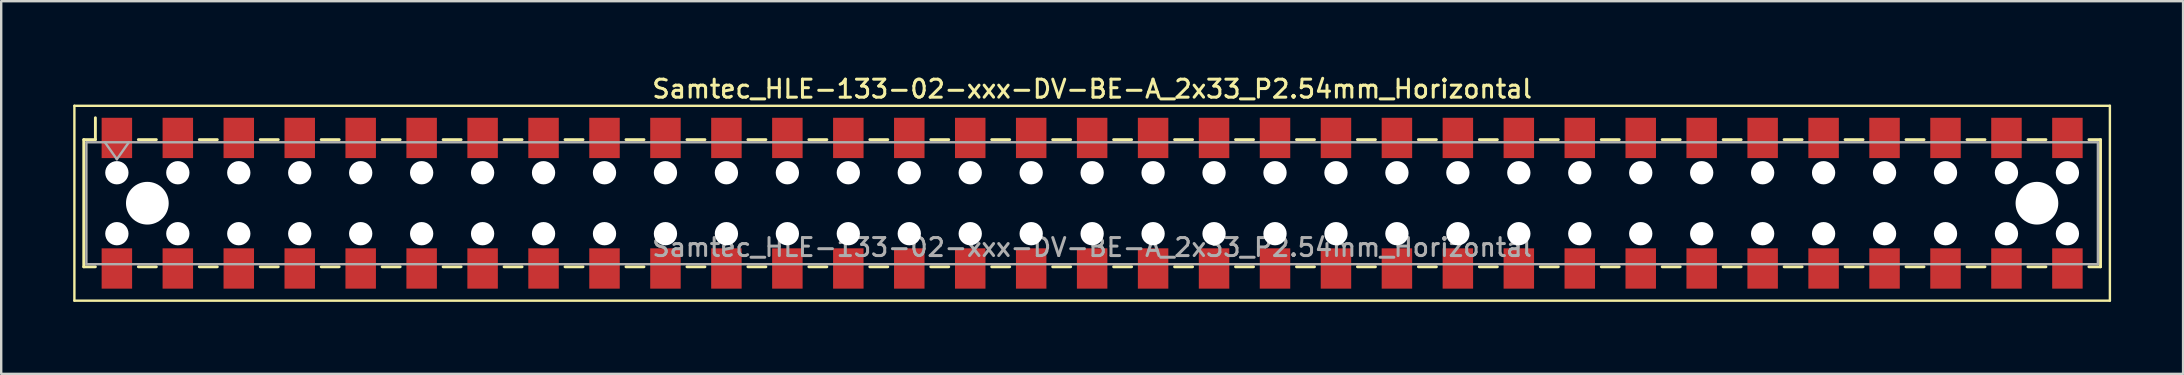
<source format=kicad_pcb>
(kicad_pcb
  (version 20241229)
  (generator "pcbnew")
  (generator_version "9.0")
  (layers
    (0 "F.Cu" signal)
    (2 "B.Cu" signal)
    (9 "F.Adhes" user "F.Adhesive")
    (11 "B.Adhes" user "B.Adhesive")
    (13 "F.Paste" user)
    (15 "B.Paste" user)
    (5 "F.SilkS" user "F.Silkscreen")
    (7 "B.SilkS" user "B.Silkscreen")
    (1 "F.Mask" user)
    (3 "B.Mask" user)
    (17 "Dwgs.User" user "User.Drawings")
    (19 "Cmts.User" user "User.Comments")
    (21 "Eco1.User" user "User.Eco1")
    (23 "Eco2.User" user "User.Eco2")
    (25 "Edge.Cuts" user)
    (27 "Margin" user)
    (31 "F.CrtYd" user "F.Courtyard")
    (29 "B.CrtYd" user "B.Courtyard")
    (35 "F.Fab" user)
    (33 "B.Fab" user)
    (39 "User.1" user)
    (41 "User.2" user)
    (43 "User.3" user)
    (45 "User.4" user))
  (footprint "Samtec_HLE-133-02-xxx-DV-BE-A_2x33_P2.54mm_Horizontal"
    (layer "F.Cu")
    (at 42.46 5.418)
    (property "Reference" "Samtec_HLE-133-02-xxx-DV-BE-A_2x33_P2.54mm_Horizontal" (at 0 -4.76 0) (layer "F.SilkS") (effects (font (size 0.75 0.75) (thickness 0.125))))
    (attr smd)
    (fp_line (start -42.41 -4.06) (end 42.41 -4.06) (stroke (width 0.1) (type solid)) (layer "F.SilkS"))
    (fp_line (start -42.41 4.06) (end -42.41 -4.06) (stroke (width 0.1) (type solid)) (layer "F.SilkS"))
    (fp_line (start -42.02 -2.65) (end -42.02 2.65) (stroke (width 0.12) (type solid)) (layer "F.SilkS"))
    (fp_line (start -42.02 2.65) (end -41.535 2.65) (stroke (width 0.12) (type solid)) (layer "F.SilkS"))
    (fp_line (start -41.535 -3.56) (end -41.535 -2.65) (stroke (width 0.12) (type solid)) (layer "F.SilkS"))
    (fp_line (start -41.535 -2.65) (end -42.02 -2.65) (stroke (width 0.12) (type solid)) (layer "F.SilkS"))
    (fp_line (start -39.745 -2.65) (end -38.995 -2.65) (stroke (width 0.12) (type solid)) (layer "F.SilkS"))
    (fp_line (start -39.745 2.65) (end -38.995 2.65) (stroke (width 0.12) (type solid)) (layer "F.SilkS"))
    (fp_line (start -37.205 -2.65) (end -36.455 -2.65) (stroke (width 0.12) (type solid)) (layer "F.SilkS"))
    (fp_line (start -37.205 2.65) (end -36.455 2.65) (stroke (width 0.12) (type solid)) (layer "F.SilkS"))
    (fp_line (start -34.665 -2.65) (end -33.915 -2.65) (stroke (width 0.12) (type solid)) (layer "F.SilkS"))
    (fp_line (start -34.665 2.65) (end -33.915 2.65) (stroke (width 0.12) (type solid)) (layer "F.SilkS"))
    (fp_line (start -32.125 -2.65) (end -31.375 -2.65) (stroke (width 0.12) (type solid)) (layer "F.SilkS"))
    (fp_line (start -32.125 2.65) (end -31.375 2.65) (stroke (width 0.12) (type solid)) (layer "F.SilkS"))
    (fp_line (start -29.585 -2.65) (end -28.835 -2.65) (stroke (width 0.12) (type solid)) (layer "F.SilkS"))
    (fp_line (start -29.585 2.65) (end -28.835 2.65) (stroke (width 0.12) (type solid)) (layer "F.SilkS"))
    (fp_line (start -27.045 -2.65) (end -26.295 -2.65) (stroke (width 0.12) (type solid)) (layer "F.SilkS"))
    (fp_line (start -27.045 2.65) (end -26.295 2.65) (stroke (width 0.12) (type solid)) (layer "F.SilkS"))
    (fp_line (start -24.505 -2.65) (end -23.755 -2.65) (stroke (width 0.12) (type solid)) (layer "F.SilkS"))
    (fp_line (start -24.505 2.65) (end -23.755 2.65) (stroke (width 0.12) (type solid)) (layer "F.SilkS"))
    (fp_line (start -21.965 -2.65) (end -21.215 -2.65) (stroke (width 0.12) (type solid)) (layer "F.SilkS"))
    (fp_line (start -21.965 2.65) (end -21.215 2.65) (stroke (width 0.12) (type solid)) (layer "F.SilkS"))
    (fp_line (start -19.425 -2.65) (end -18.675 -2.65) (stroke (width 0.12) (type solid)) (layer "F.SilkS"))
    (fp_line (start -19.425 2.65) (end -18.675 2.65) (stroke (width 0.12) (type solid)) (layer "F.SilkS"))
    (fp_line (start -16.885 -2.65) (end -16.135 -2.65) (stroke (width 0.12) (type solid)) (layer "F.SilkS"))
    (fp_line (start -16.885 2.65) (end -16.135 2.65) (stroke (width 0.12) (type solid)) (layer "F.SilkS"))
    (fp_line (start -14.345 -2.65) (end -13.595 -2.65) (stroke (width 0.12) (type solid)) (layer "F.SilkS"))
    (fp_line (start -14.345 2.65) (end -13.595 2.65) (stroke (width 0.12) (type solid)) (layer "F.SilkS"))
    (fp_line (start -11.805 -2.65) (end -11.055 -2.65) (stroke (width 0.12) (type solid)) (layer "F.SilkS"))
    (fp_line (start -11.805 2.65) (end -11.055 2.65) (stroke (width 0.12) (type solid)) (layer "F.SilkS"))
    (fp_line (start -9.265 -2.65) (end -8.515 -2.65) (stroke (width 0.12) (type solid)) (layer "F.SilkS"))
    (fp_line (start -9.265 2.65) (end -8.515 2.65) (stroke (width 0.12) (type solid)) (layer "F.SilkS"))
    (fp_line (start -6.725 -2.65) (end -5.975 -2.65) (stroke (width 0.12) (type solid)) (layer "F.SilkS"))
    (fp_line (start -6.725 2.65) (end -5.975 2.65) (stroke (width 0.12) (type solid)) (layer "F.SilkS"))
    (fp_line (start -4.185 -2.65) (end -3.435 -2.65) (stroke (width 0.12) (type solid)) (layer "F.SilkS"))
    (fp_line (start -4.185 2.65) (end -3.435 2.65) (stroke (width 0.12) (type solid)) (layer "F.SilkS"))
    (fp_line (start -1.645 -2.65) (end -0.895 -2.65) (stroke (width 0.12) (type solid)) (layer "F.SilkS"))
    (fp_line (start -1.645 2.65) (end -0.895 2.65) (stroke (width 0.12) (type solid)) (layer "F.SilkS"))
    (fp_line (start 0.895 -2.65) (end 1.645 -2.65) (stroke (width 0.12) (type solid)) (layer "F.SilkS"))
    (fp_line (start 0.895 2.65) (end 1.645 2.65) (stroke (width 0.12) (type solid)) (layer "F.SilkS"))
    (fp_line (start 3.435 -2.65) (end 4.185 -2.65) (stroke (width 0.12) (type solid)) (layer "F.SilkS"))
    (fp_line (start 3.435 2.65) (end 4.185 2.65) (stroke (width 0.12) (type solid)) (layer "F.SilkS"))
    (fp_line (start 5.975 -2.65) (end 6.725 -2.65) (stroke (width 0.12) (type solid)) (layer "F.SilkS"))
    (fp_line (start 5.975 2.65) (end 6.725 2.65) (stroke (width 0.12) (type solid)) (layer "F.SilkS"))
    (fp_line (start 8.515 -2.65) (end 9.265 -2.65) (stroke (width 0.12) (type solid)) (layer "F.SilkS"))
    (fp_line (start 8.515 2.65) (end 9.265 2.65) (stroke (width 0.12) (type solid)) (layer "F.SilkS"))
    (fp_line (start 11.055 -2.65) (end 11.805 -2.65) (stroke (width 0.12) (type solid)) (layer "F.SilkS"))
    (fp_line (start 11.055 2.65) (end 11.805 2.65) (stroke (width 0.12) (type solid)) (layer "F.SilkS"))
    (fp_line (start 13.595 -2.65) (end 14.345 -2.65) (stroke (width 0.12) (type solid)) (layer "F.SilkS"))
    (fp_line (start 13.595 2.65) (end 14.345 2.65) (stroke (width 0.12) (type solid)) (layer "F.SilkS"))
    (fp_line (start 16.135 -2.65) (end 16.885 -2.65) (stroke (width 0.12) (type solid)) (layer "F.SilkS"))
    (fp_line (start 16.135 2.65) (end 16.885 2.65) (stroke (width 0.12) (type solid)) (layer "F.SilkS"))
    (fp_line (start 18.675 -2.65) (end 19.425 -2.65) (stroke (width 0.12) (type solid)) (layer "F.SilkS"))
    (fp_line (start 18.675 2.65) (end 19.425 2.65) (stroke (width 0.12) (type solid)) (layer "F.SilkS"))
    (fp_line (start 21.215 -2.65) (end 21.965 -2.65) (stroke (width 0.12) (type solid)) (layer "F.SilkS"))
    (fp_line (start 21.215 2.65) (end 21.965 2.65) (stroke (width 0.12) (type solid)) (layer "F.SilkS"))
    (fp_line (start 23.755 -2.65) (end 24.505 -2.65) (stroke (width 0.12) (type solid)) (layer "F.SilkS"))
    (fp_line (start 23.755 2.65) (end 24.505 2.65) (stroke (width 0.12) (type solid)) (layer "F.SilkS"))
    (fp_line (start 26.295 -2.65) (end 27.045 -2.65) (stroke (width 0.12) (type solid)) (layer "F.SilkS"))
    (fp_line (start 26.295 2.65) (end 27.045 2.65) (stroke (width 0.12) (type solid)) (layer "F.SilkS"))
    (fp_line (start 28.835 -2.65) (end 29.585 -2.65) (stroke (width 0.12) (type solid)) (layer "F.SilkS"))
    (fp_line (start 28.835 2.65) (end 29.585 2.65) (stroke (width 0.12) (type solid)) (layer "F.SilkS"))
    (fp_line (start 31.375 -2.65) (end 32.125 -2.65) (stroke (width 0.12) (type solid)) (layer "F.SilkS"))
    (fp_line (start 31.375 2.65) (end 32.125 2.65) (stroke (width 0.12) (type solid)) (layer "F.SilkS"))
    (fp_line (start 33.915 -2.65) (end 34.665 -2.65) (stroke (width 0.12) (type solid)) (layer "F.SilkS"))
    (fp_line (start 33.915 2.65) (end 34.665 2.65) (stroke (width 0.12) (type solid)) (layer "F.SilkS"))
    (fp_line (start 36.455 -2.65) (end 37.205 -2.65) (stroke (width 0.12) (type solid)) (layer "F.SilkS"))
    (fp_line (start 36.455 2.65) (end 37.205 2.65) (stroke (width 0.12) (type solid)) (layer "F.SilkS"))
    (fp_line (start 38.995 -2.65) (end 39.745 -2.65) (stroke (width 0.12) (type solid)) (layer "F.SilkS"))
    (fp_line (start 38.995 2.65) (end 39.745 2.65) (stroke (width 0.12) (type solid)) (layer "F.SilkS"))
    (fp_line (start 41.535 -2.65) (end 42.02 -2.65) (stroke (width 0.12) (type solid)) (layer "F.SilkS"))
    (fp_line (start 42.02 -2.65) (end 42.02 2.65) (stroke (width 0.12) (type solid)) (layer "F.SilkS"))
    (fp_line (start 42.02 2.65) (end 41.535 2.65) (stroke (width 0.12) (type solid)) (layer "F.SilkS"))
    (fp_line (start 42.41 -4.06) (end 42.41 4.06) (stroke (width 0.1) (type solid)) (layer "F.SilkS"))
    (fp_line (start 42.41 4.06) (end -42.41 4.06) (stroke (width 0.1) (type solid)) (layer "F.SilkS"))
    (fp_line (start -41.91 -2.54) (end 41.91 -2.54) (stroke (width 0.1) (type solid)) (layer "F.Fab"))
    (fp_line (start -41.91 2.54) (end -41.91 -2.54) (stroke (width 0.1) (type solid)) (layer "F.Fab"))
    (fp_line (start -41.14 -2.54) (end -40.64 -1.833) (stroke (width 0.1) (type solid)) (layer "F.Fab"))
    (fp_line (start -40.64 -1.833) (end -40.14 -2.54) (stroke (width 0.1) (type solid)) (layer "F.Fab"))
    (fp_line (start 41.91 -2.54) (end 41.91 2.54) (stroke (width 0.1) (type solid)) (layer "F.Fab"))
    (fp_line (start 41.91 2.54) (end -41.91 2.54) (stroke (width 0.1) (type solid)) (layer "F.Fab"))
    (fp_text user "${REFERENCE}" (at 0 1.84 0) (layer "F.Fab") (effects (font (size 0.75 0.75) (thickness 0.125))))
    (pad "" np_thru_hole circle (at -40.64 -1.27) (size 0.97 0.97) (drill 0.97) (layers "*.Cu" "*.Mask"))
    (pad "" np_thru_hole circle (at -40.64 1.27) (size 0.97 0.97) (drill 0.97) (layers "*.Cu" "*.Mask"))
    (pad "" np_thru_hole circle (at -39.37 0) (size 1.78 1.78) (drill 1.78) (layers "*.Cu" "*.Mask"))
    (pad "" np_thru_hole circle (at -38.1 -1.27) (size 0.97 0.97) (drill 0.97) (layers "*.Cu" "*.Mask"))
    (pad "" np_thru_hole circle (at -38.1 1.27) (size 0.97 0.97) (drill 0.97) (layers "*.Cu" "*.Mask"))
    (pad "" np_thru_hole circle (at -35.56 -1.27) (size 0.97 0.97) (drill 0.97) (layers "*.Cu" "*.Mask"))
    (pad "" np_thru_hole circle (at -35.56 1.27) (size 0.97 0.97) (drill 0.97) (layers "*.Cu" "*.Mask"))
    (pad "" np_thru_hole circle (at -33.02 -1.27) (size 0.97 0.97) (drill 0.97) (layers "*.Cu" "*.Mask"))
    (pad "" np_thru_hole circle (at -33.02 1.27) (size 0.97 0.97) (drill 0.97) (layers "*.Cu" "*.Mask"))
    (pad "" np_thru_hole circle (at -30.48 -1.27) (size 0.97 0.97) (drill 0.97) (layers "*.Cu" "*.Mask"))
    (pad "" np_thru_hole circle (at -30.48 1.27) (size 0.97 0.97) (drill 0.97) (layers "*.Cu" "*.Mask"))
    (pad "" np_thru_hole circle (at -27.94 -1.27) (size 0.97 0.97) (drill 0.97) (layers "*.Cu" "*.Mask"))
    (pad "" np_thru_hole circle (at -27.94 1.27) (size 0.97 0.97) (drill 0.97) (layers "*.Cu" "*.Mask"))
    (pad "" np_thru_hole circle (at -25.4 -1.27) (size 0.97 0.97) (drill 0.97) (layers "*.Cu" "*.Mask"))
    (pad "" np_thru_hole circle (at -25.4 1.27) (size 0.97 0.97) (drill 0.97) (layers "*.Cu" "*.Mask"))
    (pad "" np_thru_hole circle (at -22.86 -1.27) (size 0.97 0.97) (drill 0.97) (layers "*.Cu" "*.Mask"))
    (pad "" np_thru_hole circle (at -22.86 1.27) (size 0.97 0.97) (drill 0.97) (layers "*.Cu" "*.Mask"))
    (pad "" np_thru_hole circle (at -20.32 -1.27) (size 0.97 0.97) (drill 0.97) (layers "*.Cu" "*.Mask"))
    (pad "" np_thru_hole circle (at -20.32 1.27) (size 0.97 0.97) (drill 0.97) (layers "*.Cu" "*.Mask"))
    (pad "" np_thru_hole circle (at -17.78 -1.27) (size 0.97 0.97) (drill 0.97) (layers "*.Cu" "*.Mask"))
    (pad "" np_thru_hole circle (at -17.78 1.27) (size 0.97 0.97) (drill 0.97) (layers "*.Cu" "*.Mask"))
    (pad "" np_thru_hole circle (at -15.24 -1.27) (size 0.97 0.97) (drill 0.97) (layers "*.Cu" "*.Mask"))
    (pad "" np_thru_hole circle (at -15.24 1.27) (size 0.97 0.97) (drill 0.97) (layers "*.Cu" "*.Mask"))
    (pad "" np_thru_hole circle (at -12.7 -1.27) (size 0.97 0.97) (drill 0.97) (layers "*.Cu" "*.Mask"))
    (pad "" np_thru_hole circle (at -12.7 1.27) (size 0.97 0.97) (drill 0.97) (layers "*.Cu" "*.Mask"))
    (pad "" np_thru_hole circle (at -10.16 -1.27) (size 0.97 0.97) (drill 0.97) (layers "*.Cu" "*.Mask"))
    (pad "" np_thru_hole circle (at -10.16 1.27) (size 0.97 0.97) (drill 0.97) (layers "*.Cu" "*.Mask"))
    (pad "" np_thru_hole circle (at -7.62 -1.27) (size 0.97 0.97) (drill 0.97) (layers "*.Cu" "*.Mask"))
    (pad "" np_thru_hole circle (at -7.62 1.27) (size 0.97 0.97) (drill 0.97) (layers "*.Cu" "*.Mask"))
    (pad "" np_thru_hole circle (at -5.08 -1.27) (size 0.97 0.97) (drill 0.97) (layers "*.Cu" "*.Mask"))
    (pad "" np_thru_hole circle (at -5.08 1.27) (size 0.97 0.97) (drill 0.97) (layers "*.Cu" "*.Mask"))
    (pad "" np_thru_hole circle (at -2.54 -1.27) (size 0.97 0.97) (drill 0.97) (layers "*.Cu" "*.Mask"))
    (pad "" np_thru_hole circle (at -2.54 1.27) (size 0.97 0.97) (drill 0.97) (layers "*.Cu" "*.Mask"))
    (pad "" np_thru_hole circle (at 0 -1.27) (size 0.97 0.97) (drill 0.97) (layers "*.Cu" "*.Mask"))
    (pad "" np_thru_hole circle (at 0 1.27) (size 0.97 0.97) (drill 0.97) (layers "*.Cu" "*.Mask"))
    (pad "" np_thru_hole circle (at 2.54 -1.27) (size 0.97 0.97) (drill 0.97) (layers "*.Cu" "*.Mask"))
    (pad "" np_thru_hole circle (at 2.54 1.27) (size 0.97 0.97) (drill 0.97) (layers "*.Cu" "*.Mask"))
    (pad "" np_thru_hole circle (at 5.08 -1.27) (size 0.97 0.97) (drill 0.97) (layers "*.Cu" "*.Mask"))
    (pad "" np_thru_hole circle (at 5.08 1.27) (size 0.97 0.97) (drill 0.97) (layers "*.Cu" "*.Mask"))
    (pad "" np_thru_hole circle (at 7.62 -1.27) (size 0.97 0.97) (drill 0.97) (layers "*.Cu" "*.Mask"))
    (pad "" np_thru_hole circle (at 7.62 1.27) (size 0.97 0.97) (drill 0.97) (layers "*.Cu" "*.Mask"))
    (pad "" np_thru_hole circle (at 10.16 -1.27) (size 0.97 0.97) (drill 0.97) (layers "*.Cu" "*.Mask"))
    (pad "" np_thru_hole circle (at 10.16 1.27) (size 0.97 0.97) (drill 0.97) (layers "*.Cu" "*.Mask"))
    (pad "" np_thru_hole circle (at 12.7 -1.27) (size 0.97 0.97) (drill 0.97) (layers "*.Cu" "*.Mask"))
    (pad "" np_thru_hole circle (at 12.7 1.27) (size 0.97 0.97) (drill 0.97) (layers "*.Cu" "*.Mask"))
    (pad "" np_thru_hole circle (at 15.24 -1.27) (size 0.97 0.97) (drill 0.97) (layers "*.Cu" "*.Mask"))
    (pad "" np_thru_hole circle (at 15.24 1.27) (size 0.97 0.97) (drill 0.97) (layers "*.Cu" "*.Mask"))
    (pad "" np_thru_hole circle (at 17.78 -1.27) (size 0.97 0.97) (drill 0.97) (layers "*.Cu" "*.Mask"))
    (pad "" np_thru_hole circle (at 17.78 1.27) (size 0.97 0.97) (drill 0.97) (layers "*.Cu" "*.Mask"))
    (pad "" np_thru_hole circle (at 20.32 -1.27) (size 0.97 0.97) (drill 0.97) (layers "*.Cu" "*.Mask"))
    (pad "" np_thru_hole circle (at 20.32 1.27) (size 0.97 0.97) (drill 0.97) (layers "*.Cu" "*.Mask"))
    (pad "" np_thru_hole circle (at 22.86 -1.27) (size 0.97 0.97) (drill 0.97) (layers "*.Cu" "*.Mask"))
    (pad "" np_thru_hole circle (at 22.86 1.27) (size 0.97 0.97) (drill 0.97) (layers "*.Cu" "*.Mask"))
    (pad "" np_thru_hole circle (at 25.4 -1.27) (size 0.97 0.97) (drill 0.97) (layers "*.Cu" "*.Mask"))
    (pad "" np_thru_hole circle (at 25.4 1.27) (size 0.97 0.97) (drill 0.97) (layers "*.Cu" "*.Mask"))
    (pad "" np_thru_hole circle (at 27.94 -1.27) (size 0.97 0.97) (drill 0.97) (layers "*.Cu" "*.Mask"))
    (pad "" np_thru_hole circle (at 27.94 1.27) (size 0.97 0.97) (drill 0.97) (layers "*.Cu" "*.Mask"))
    (pad "" np_thru_hole circle (at 30.48 -1.27) (size 0.97 0.97) (drill 0.97) (layers "*.Cu" "*.Mask"))
    (pad "" np_thru_hole circle (at 30.48 1.27) (size 0.97 0.97) (drill 0.97) (layers "*.Cu" "*.Mask"))
    (pad "" np_thru_hole circle (at 33.02 -1.27) (size 0.97 0.97) (drill 0.97) (layers "*.Cu" "*.Mask"))
    (pad "" np_thru_hole circle (at 33.02 1.27) (size 0.97 0.97) (drill 0.97) (layers "*.Cu" "*.Mask"))
    (pad "" np_thru_hole circle (at 35.56 -1.27) (size 0.97 0.97) (drill 0.97) (layers "*.Cu" "*.Mask"))
    (pad "" np_thru_hole circle (at 35.56 1.27) (size 0.97 0.97) (drill 0.97) (layers "*.Cu" "*.Mask"))
    (pad "" np_thru_hole circle (at 38.1 -1.27) (size 0.97 0.97) (drill 0.97) (layers "*.Cu" "*.Mask"))
    (pad "" np_thru_hole circle (at 38.1 1.27) (size 0.97 0.97) (drill 0.97) (layers "*.Cu" "*.Mask"))
    (pad "" np_thru_hole circle (at 39.37 0) (size 1.78 1.78) (drill 1.78) (layers "*.Cu" "*.Mask"))
    (pad "" np_thru_hole circle (at 40.64 -1.27) (size 0.97 0.97) (drill 0.97) (layers "*.Cu" "*.Mask"))
    (pad "" np_thru_hole circle (at 40.64 1.27) (size 0.97 0.97) (drill 0.97) (layers "*.Cu" "*.Mask"))
    (pad "1" smd rect (at -40.64 -2.72) (size 1.27 1.68) (layers "F.Cu" "F.Mask" "F.Paste"))
    (pad "2" smd rect (at -40.64 2.72) (size 1.27 1.68) (layers "F.Cu" "F.Mask" "F.Paste"))
    (pad "3" smd rect (at -38.1 -2.72) (size 1.27 1.68) (layers "F.Cu" "F.Mask" "F.Paste"))
    (pad "4" smd rect (at -38.1 2.72) (size 1.27 1.68) (layers "F.Cu" "F.Mask" "F.Paste"))
    (pad "5" smd rect (at -35.56 -2.72) (size 1.27 1.68) (layers "F.Cu" "F.Mask" "F.Paste"))
    (pad "6" smd rect (at -35.56 2.72) (size 1.27 1.68) (layers "F.Cu" "F.Mask" "F.Paste"))
    (pad "7" smd rect (at -33.02 -2.72) (size 1.27 1.68) (layers "F.Cu" "F.Mask" "F.Paste"))
    (pad "8" smd rect (at -33.02 2.72) (size 1.27 1.68) (layers "F.Cu" "F.Mask" "F.Paste"))
    (pad "9" smd rect (at -30.48 -2.72) (size 1.27 1.68) (layers "F.Cu" "F.Mask" "F.Paste"))
    (pad "10" smd rect (at -30.48 2.72) (size 1.27 1.68) (layers "F.Cu" "F.Mask" "F.Paste"))
    (pad "11" smd rect (at -27.94 -2.72) (size 1.27 1.68) (layers "F.Cu" "F.Mask" "F.Paste"))
    (pad "12" smd rect (at -27.94 2.72) (size 1.27 1.68) (layers "F.Cu" "F.Mask" "F.Paste"))
    (pad "13" smd rect (at -25.4 -2.72) (size 1.27 1.68) (layers "F.Cu" "F.Mask" "F.Paste"))
    (pad "14" smd rect (at -25.4 2.72) (size 1.27 1.68) (layers "F.Cu" "F.Mask" "F.Paste"))
    (pad "15" smd rect (at -22.86 -2.72) (size 1.27 1.68) (layers "F.Cu" "F.Mask" "F.Paste"))
    (pad "16" smd rect (at -22.86 2.72) (size 1.27 1.68) (layers "F.Cu" "F.Mask" "F.Paste"))
    (pad "17" smd rect (at -20.32 -2.72) (size 1.27 1.68) (layers "F.Cu" "F.Mask" "F.Paste"))
    (pad "18" smd rect (at -20.32 2.72) (size 1.27 1.68) (layers "F.Cu" "F.Mask" "F.Paste"))
    (pad "19" smd rect (at -17.78 -2.72) (size 1.27 1.68) (layers "F.Cu" "F.Mask" "F.Paste"))
    (pad "20" smd rect (at -17.78 2.72) (size 1.27 1.68) (layers "F.Cu" "F.Mask" "F.Paste"))
    (pad "21" smd rect (at -15.24 -2.72) (size 1.27 1.68) (layers "F.Cu" "F.Mask" "F.Paste"))
    (pad "22" smd rect (at -15.24 2.72) (size 1.27 1.68) (layers "F.Cu" "F.Mask" "F.Paste"))
    (pad "23" smd rect (at -12.7 -2.72) (size 1.27 1.68) (layers "F.Cu" "F.Mask" "F.Paste"))
    (pad "24" smd rect (at -12.7 2.72) (size 1.27 1.68) (layers "F.Cu" "F.Mask" "F.Paste"))
    (pad "25" smd rect (at -10.16 -2.72) (size 1.27 1.68) (layers "F.Cu" "F.Mask" "F.Paste"))
    (pad "26" smd rect (at -10.16 2.72) (size 1.27 1.68) (layers "F.Cu" "F.Mask" "F.Paste"))
    (pad "27" smd rect (at -7.62 -2.72) (size 1.27 1.68) (layers "F.Cu" "F.Mask" "F.Paste"))
    (pad "28" smd rect (at -7.62 2.72) (size 1.27 1.68) (layers "F.Cu" "F.Mask" "F.Paste"))
    (pad "29" smd rect (at -5.08 -2.72) (size 1.27 1.68) (layers "F.Cu" "F.Mask" "F.Paste"))
    (pad "30" smd rect (at -5.08 2.72) (size 1.27 1.68) (layers "F.Cu" "F.Mask" "F.Paste"))
    (pad "31" smd rect (at -2.54 -2.72) (size 1.27 1.68) (layers "F.Cu" "F.Mask" "F.Paste"))
    (pad "32" smd rect (at -2.54 2.72) (size 1.27 1.68) (layers "F.Cu" "F.Mask" "F.Paste"))
    (pad "33" smd rect (at 0 -2.72) (size 1.27 1.68) (layers "F.Cu" "F.Mask" "F.Paste"))
    (pad "34" smd rect (at 0 2.72) (size 1.27 1.68) (layers "F.Cu" "F.Mask" "F.Paste"))
    (pad "35" smd rect (at 2.54 -2.72) (size 1.27 1.68) (layers "F.Cu" "F.Mask" "F.Paste"))
    (pad "36" smd rect (at 2.54 2.72) (size 1.27 1.68) (layers "F.Cu" "F.Mask" "F.Paste"))
    (pad "37" smd rect (at 5.08 -2.72) (size 1.27 1.68) (layers "F.Cu" "F.Mask" "F.Paste"))
    (pad "38" smd rect (at 5.08 2.72) (size 1.27 1.68) (layers "F.Cu" "F.Mask" "F.Paste"))
    (pad "39" smd rect (at 7.62 -2.72) (size 1.27 1.68) (layers "F.Cu" "F.Mask" "F.Paste"))
    (pad "40" smd rect (at 7.62 2.72) (size 1.27 1.68) (layers "F.Cu" "F.Mask" "F.Paste"))
    (pad "41" smd rect (at 10.16 -2.72) (size 1.27 1.68) (layers "F.Cu" "F.Mask" "F.Paste"))
    (pad "42" smd rect (at 10.16 2.72) (size 1.27 1.68) (layers "F.Cu" "F.Mask" "F.Paste"))
    (pad "43" smd rect (at 12.7 -2.72) (size 1.27 1.68) (layers "F.Cu" "F.Mask" "F.Paste"))
    (pad "44" smd rect (at 12.7 2.72) (size 1.27 1.68) (layers "F.Cu" "F.Mask" "F.Paste"))
    (pad "45" smd rect (at 15.24 -2.72) (size 1.27 1.68) (layers "F.Cu" "F.Mask" "F.Paste"))
    (pad "46" smd rect (at 15.24 2.72) (size 1.27 1.68) (layers "F.Cu" "F.Mask" "F.Paste"))
    (pad "47" smd rect (at 17.78 -2.72) (size 1.27 1.68) (layers "F.Cu" "F.Mask" "F.Paste"))
    (pad "48" smd rect (at 17.78 2.72) (size 1.27 1.68) (layers "F.Cu" "F.Mask" "F.Paste"))
    (pad "49" smd rect (at 20.32 -2.72) (size 1.27 1.68) (layers "F.Cu" "F.Mask" "F.Paste"))
    (pad "50" smd rect (at 20.32 2.72) (size 1.27 1.68) (layers "F.Cu" "F.Mask" "F.Paste"))
    (pad "51" smd rect (at 22.86 -2.72) (size 1.27 1.68) (layers "F.Cu" "F.Mask" "F.Paste"))
    (pad "52" smd rect (at 22.86 2.72) (size 1.27 1.68) (layers "F.Cu" "F.Mask" "F.Paste"))
    (pad "53" smd rect (at 25.4 -2.72) (size 1.27 1.68) (layers "F.Cu" "F.Mask" "F.Paste"))
    (pad "54" smd rect (at 25.4 2.72) (size 1.27 1.68) (layers "F.Cu" "F.Mask" "F.Paste"))
    (pad "55" smd rect (at 27.94 -2.72) (size 1.27 1.68) (layers "F.Cu" "F.Mask" "F.Paste"))
    (pad "56" smd rect (at 27.94 2.72) (size 1.27 1.68) (layers "F.Cu" "F.Mask" "F.Paste"))
    (pad "57" smd rect (at 30.48 -2.72) (size 1.27 1.68) (layers "F.Cu" "F.Mask" "F.Paste"))
    (pad "58" smd rect (at 30.48 2.72) (size 1.27 1.68) (layers "F.Cu" "F.Mask" "F.Paste"))
    (pad "59" smd rect (at 33.02 -2.72) (size 1.27 1.68) (layers "F.Cu" "F.Mask" "F.Paste"))
    (pad "60" smd rect (at 33.02 2.72) (size 1.27 1.68) (layers "F.Cu" "F.Mask" "F.Paste"))
    (pad "61" smd rect (at 35.56 -2.72) (size 1.27 1.68) (layers "F.Cu" "F.Mask" "F.Paste"))
    (pad "62" smd rect (at 35.56 2.72) (size 1.27 1.68) (layers "F.Cu" "F.Mask" "F.Paste"))
    (pad "63" smd rect (at 38.1 -2.72) (size 1.27 1.68) (layers "F.Cu" "F.Mask" "F.Paste"))
    (pad "64" smd rect (at 38.1 2.72) (size 1.27 1.68) (layers "F.Cu" "F.Mask" "F.Paste"))
    (pad "65" smd rect (at 40.64 -2.72) (size 1.27 1.68) (layers "F.Cu" "F.Mask" "F.Paste"))
    (pad "66" smd rect (at 40.64 2.72) (size 1.27 1.68) (layers "F.Cu" "F.Mask" "F.Paste")))
  (gr_rect
    (start -3 -3)
    (end 87.92 12.528)
    (stroke (width 0.1) (type default))
    (fill no)
    (layer "Edge.Cuts")))
</source>
